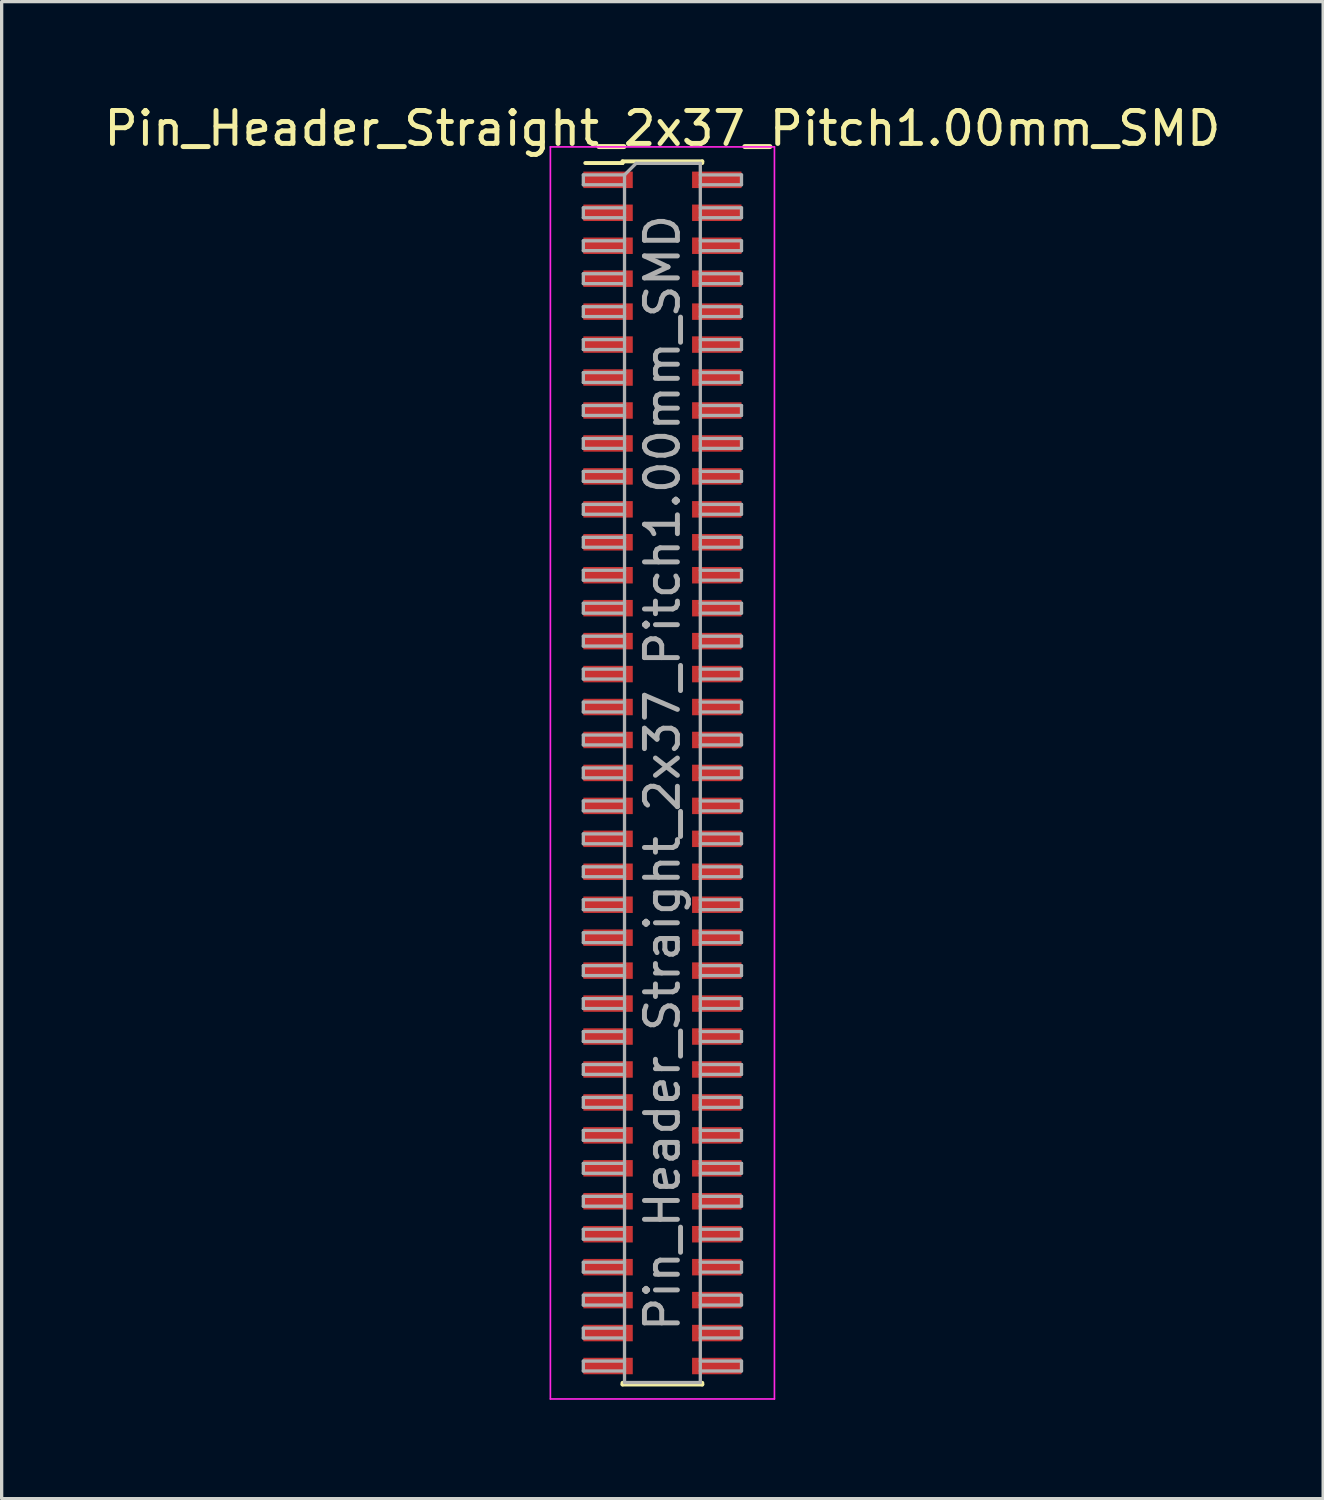
<source format=kicad_pcb>
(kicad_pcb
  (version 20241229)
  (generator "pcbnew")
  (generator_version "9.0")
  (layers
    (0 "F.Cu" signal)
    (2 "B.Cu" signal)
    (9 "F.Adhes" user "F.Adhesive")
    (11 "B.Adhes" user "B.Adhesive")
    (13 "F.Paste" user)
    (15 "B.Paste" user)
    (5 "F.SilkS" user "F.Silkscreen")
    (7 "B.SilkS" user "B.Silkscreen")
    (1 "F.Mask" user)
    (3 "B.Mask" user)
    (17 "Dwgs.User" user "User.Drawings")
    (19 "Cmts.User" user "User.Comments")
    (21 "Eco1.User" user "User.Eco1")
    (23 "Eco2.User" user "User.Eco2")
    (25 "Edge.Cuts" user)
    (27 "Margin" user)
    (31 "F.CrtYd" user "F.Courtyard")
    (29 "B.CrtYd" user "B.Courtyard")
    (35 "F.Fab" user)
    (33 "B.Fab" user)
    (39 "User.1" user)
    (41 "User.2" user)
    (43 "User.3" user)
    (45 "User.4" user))
  (footprint "Pin_Header_Straight_2x37_Pitch1.00mm_SMD"
    (layer "F.Cu")
    (at 17.054 20.408)
    (property "Reference" "Pin_Header_Straight_2x37_Pitch1.00mm_SMD" (at 0 -19.56 0) (layer "F.SilkS") (effects (font (size 1 1) (thickness 0.15))))
    (attr smd)
    (fp_line (start -2.34 -18.51) (end -1.21 -18.51) (stroke (width 0.12) (type solid)) (layer "F.SilkS"))
    (fp_line (start -1.21 -18.56) (end -1.21 -18.51) (stroke (width 0.12) (type solid)) (layer "F.SilkS"))
    (fp_line (start -1.21 -18.56) (end 1.21 -18.56) (stroke (width 0.12) (type solid)) (layer "F.SilkS"))
    (fp_line (start -1.21 18.51) (end -1.21 18.56) (stroke (width 0.12) (type solid)) (layer "F.SilkS"))
    (fp_line (start -1.21 18.56) (end 1.21 18.56) (stroke (width 0.12) (type solid)) (layer "F.SilkS"))
    (fp_line (start 1.21 -18.56) (end 1.21 -18.51) (stroke (width 0.12) (type solid)) (layer "F.SilkS"))
    (fp_line (start 1.21 18.51) (end 1.21 18.56) (stroke (width 0.12) (type solid)) (layer "F.SilkS"))
    (fp_line (start -3.4 -19) (end -3.4 19) (stroke (width 0.05) (type solid)) (layer "F.CrtYd"))
    (fp_line (start -3.4 19) (end 3.4 19) (stroke (width 0.05) (type solid)) (layer "F.CrtYd"))
    (fp_line (start 3.4 -19) (end -3.4 -19) (stroke (width 0.05) (type solid)) (layer "F.CrtYd"))
    (fp_line (start 3.4 19) (end 3.4 -19) (stroke (width 0.05) (type solid)) (layer "F.CrtYd"))
    (fp_line (start -2.4 -18.15) (end -2.4 -17.85) (stroke (width 0.1) (type solid)) (layer "F.Fab"))
    (fp_line (start -2.4 -17.85) (end -1.15 -17.85) (stroke (width 0.1) (type solid)) (layer "F.Fab"))
    (fp_line (start -2.4 -17.15) (end -2.4 -16.85) (stroke (width 0.1) (type solid)) (layer "F.Fab"))
    (fp_line (start -2.4 -16.85) (end -1.15 -16.85) (stroke (width 0.1) (type solid)) (layer "F.Fab"))
    (fp_line (start -2.4 -16.15) (end -2.4 -15.85) (stroke (width 0.1) (type solid)) (layer "F.Fab"))
    (fp_line (start -2.4 -15.85) (end -1.15 -15.85) (stroke (width 0.1) (type solid)) (layer "F.Fab"))
    (fp_line (start -2.4 -15.15) (end -2.4 -14.85) (stroke (width 0.1) (type solid)) (layer "F.Fab"))
    (fp_line (start -2.4 -14.85) (end -1.15 -14.85) (stroke (width 0.1) (type solid)) (layer "F.Fab"))
    (fp_line (start -2.4 -14.15) (end -2.4 -13.85) (stroke (width 0.1) (type solid)) (layer "F.Fab"))
    (fp_line (start -2.4 -13.85) (end -1.15 -13.85) (stroke (width 0.1) (type solid)) (layer "F.Fab"))
    (fp_line (start -2.4 -13.15) (end -2.4 -12.85) (stroke (width 0.1) (type solid)) (layer "F.Fab"))
    (fp_line (start -2.4 -12.85) (end -1.15 -12.85) (stroke (width 0.1) (type solid)) (layer "F.Fab"))
    (fp_line (start -2.4 -12.15) (end -2.4 -11.85) (stroke (width 0.1) (type solid)) (layer "F.Fab"))
    (fp_line (start -2.4 -11.85) (end -1.15 -11.85) (stroke (width 0.1) (type solid)) (layer "F.Fab"))
    (fp_line (start -2.4 -11.15) (end -2.4 -10.85) (stroke (width 0.1) (type solid)) (layer "F.Fab"))
    (fp_line (start -2.4 -10.85) (end -1.15 -10.85) (stroke (width 0.1) (type solid)) (layer "F.Fab"))
    (fp_line (start -2.4 -10.15) (end -2.4 -9.85) (stroke (width 0.1) (type solid)) (layer "F.Fab"))
    (fp_line (start -2.4 -9.85) (end -1.15 -9.85) (stroke (width 0.1) (type solid)) (layer "F.Fab"))
    (fp_line (start -2.4 -9.15) (end -2.4 -8.85) (stroke (width 0.1) (type solid)) (layer "F.Fab"))
    (fp_line (start -2.4 -8.85) (end -1.15 -8.85) (stroke (width 0.1) (type solid)) (layer "F.Fab"))
    (fp_line (start -2.4 -8.15) (end -2.4 -7.85) (stroke (width 0.1) (type solid)) (layer "F.Fab"))
    (fp_line (start -2.4 -7.85) (end -1.15 -7.85) (stroke (width 0.1) (type solid)) (layer "F.Fab"))
    (fp_line (start -2.4 -7.15) (end -2.4 -6.85) (stroke (width 0.1) (type solid)) (layer "F.Fab"))
    (fp_line (start -2.4 -6.85) (end -1.15 -6.85) (stroke (width 0.1) (type solid)) (layer "F.Fab"))
    (fp_line (start -2.4 -6.15) (end -2.4 -5.85) (stroke (width 0.1) (type solid)) (layer "F.Fab"))
    (fp_line (start -2.4 -5.85) (end -1.15 -5.85) (stroke (width 0.1) (type solid)) (layer "F.Fab"))
    (fp_line (start -2.4 -5.15) (end -2.4 -4.85) (stroke (width 0.1) (type solid)) (layer "F.Fab"))
    (fp_line (start -2.4 -4.85) (end -1.15 -4.85) (stroke (width 0.1) (type solid)) (layer "F.Fab"))
    (fp_line (start -2.4 -4.15) (end -2.4 -3.85) (stroke (width 0.1) (type solid)) (layer "F.Fab"))
    (fp_line (start -2.4 -3.85) (end -1.15 -3.85) (stroke (width 0.1) (type solid)) (layer "F.Fab"))
    (fp_line (start -2.4 -3.15) (end -2.4 -2.85) (stroke (width 0.1) (type solid)) (layer "F.Fab"))
    (fp_line (start -2.4 -2.85) (end -1.15 -2.85) (stroke (width 0.1) (type solid)) (layer "F.Fab"))
    (fp_line (start -2.4 -2.15) (end -2.4 -1.85) (stroke (width 0.1) (type solid)) (layer "F.Fab"))
    (fp_line (start -2.4 -1.85) (end -1.15 -1.85) (stroke (width 0.1) (type solid)) (layer "F.Fab"))
    (fp_line (start -2.4 -1.15) (end -2.4 -0.85) (stroke (width 0.1) (type solid)) (layer "F.Fab"))
    (fp_line (start -2.4 -0.85) (end -1.15 -0.85) (stroke (width 0.1) (type solid)) (layer "F.Fab"))
    (fp_line (start -2.4 -0.15) (end -2.4 0.15) (stroke (width 0.1) (type solid)) (layer "F.Fab"))
    (fp_line (start -2.4 0.15) (end -1.15 0.15) (stroke (width 0.1) (type solid)) (layer "F.Fab"))
    (fp_line (start -2.4 0.85) (end -2.4 1.15) (stroke (width 0.1) (type solid)) (layer "F.Fab"))
    (fp_line (start -2.4 1.15) (end -1.15 1.15) (stroke (width 0.1) (type solid)) (layer "F.Fab"))
    (fp_line (start -2.4 1.85) (end -2.4 2.15) (stroke (width 0.1) (type solid)) (layer "F.Fab"))
    (fp_line (start -2.4 2.15) (end -1.15 2.15) (stroke (width 0.1) (type solid)) (layer "F.Fab"))
    (fp_line (start -2.4 2.85) (end -2.4 3.15) (stroke (width 0.1) (type solid)) (layer "F.Fab"))
    (fp_line (start -2.4 3.15) (end -1.15 3.15) (stroke (width 0.1) (type solid)) (layer "F.Fab"))
    (fp_line (start -2.4 3.85) (end -2.4 4.15) (stroke (width 0.1) (type solid)) (layer "F.Fab"))
    (fp_line (start -2.4 4.15) (end -1.15 4.15) (stroke (width 0.1) (type solid)) (layer "F.Fab"))
    (fp_line (start -2.4 4.85) (end -2.4 5.15) (stroke (width 0.1) (type solid)) (layer "F.Fab"))
    (fp_line (start -2.4 5.15) (end -1.15 5.15) (stroke (width 0.1) (type solid)) (layer "F.Fab"))
    (fp_line (start -2.4 5.85) (end -2.4 6.15) (stroke (width 0.1) (type solid)) (layer "F.Fab"))
    (fp_line (start -2.4 6.15) (end -1.15 6.15) (stroke (width 0.1) (type solid)) (layer "F.Fab"))
    (fp_line (start -2.4 6.85) (end -2.4 7.15) (stroke (width 0.1) (type solid)) (layer "F.Fab"))
    (fp_line (start -2.4 7.15) (end -1.15 7.15) (stroke (width 0.1) (type solid)) (layer "F.Fab"))
    (fp_line (start -2.4 7.85) (end -2.4 8.15) (stroke (width 0.1) (type solid)) (layer "F.Fab"))
    (fp_line (start -2.4 8.15) (end -1.15 8.15) (stroke (width 0.1) (type solid)) (layer "F.Fab"))
    (fp_line (start -2.4 8.85) (end -2.4 9.15) (stroke (width 0.1) (type solid)) (layer "F.Fab"))
    (fp_line (start -2.4 9.15) (end -1.15 9.15) (stroke (width 0.1) (type solid)) (layer "F.Fab"))
    (fp_line (start -2.4 9.85) (end -2.4 10.15) (stroke (width 0.1) (type solid)) (layer "F.Fab"))
    (fp_line (start -2.4 10.15) (end -1.15 10.15) (stroke (width 0.1) (type solid)) (layer "F.Fab"))
    (fp_line (start -2.4 10.85) (end -2.4 11.15) (stroke (width 0.1) (type solid)) (layer "F.Fab"))
    (fp_line (start -2.4 11.15) (end -1.15 11.15) (stroke (width 0.1) (type solid)) (layer "F.Fab"))
    (fp_line (start -2.4 11.85) (end -2.4 12.15) (stroke (width 0.1) (type solid)) (layer "F.Fab"))
    (fp_line (start -2.4 12.15) (end -1.15 12.15) (stroke (width 0.1) (type solid)) (layer "F.Fab"))
    (fp_line (start -2.4 12.85) (end -2.4 13.15) (stroke (width 0.1) (type solid)) (layer "F.Fab"))
    (fp_line (start -2.4 13.15) (end -1.15 13.15) (stroke (width 0.1) (type solid)) (layer "F.Fab"))
    (fp_line (start -2.4 13.85) (end -2.4 14.15) (stroke (width 0.1) (type solid)) (layer "F.Fab"))
    (fp_line (start -2.4 14.15) (end -1.15 14.15) (stroke (width 0.1) (type solid)) (layer "F.Fab"))
    (fp_line (start -2.4 14.85) (end -2.4 15.15) (stroke (width 0.1) (type solid)) (layer "F.Fab"))
    (fp_line (start -2.4 15.15) (end -1.15 15.15) (stroke (width 0.1) (type solid)) (layer "F.Fab"))
    (fp_line (start -2.4 15.85) (end -2.4 16.15) (stroke (width 0.1) (type solid)) (layer "F.Fab"))
    (fp_line (start -2.4 16.15) (end -1.15 16.15) (stroke (width 0.1) (type solid)) (layer "F.Fab"))
    (fp_line (start -2.4 16.85) (end -2.4 17.15) (stroke (width 0.1) (type solid)) (layer "F.Fab"))
    (fp_line (start -2.4 17.15) (end -1.15 17.15) (stroke (width 0.1) (type solid)) (layer "F.Fab"))
    (fp_line (start -2.4 17.85) (end -2.4 18.15) (stroke (width 0.1) (type solid)) (layer "F.Fab"))
    (fp_line (start -2.4 18.15) (end -1.15 18.15) (stroke (width 0.1) (type solid)) (layer "F.Fab"))
    (fp_line (start -1.15 -18.15) (end -2.4 -18.15) (stroke (width 0.1) (type solid)) (layer "F.Fab"))
    (fp_line (start -1.15 -18.15) (end -0.8 -18.5) (stroke (width 0.1) (type solid)) (layer "F.Fab"))
    (fp_line (start -1.15 -17.15) (end -2.4 -17.15) (stroke (width 0.1) (type solid)) (layer "F.Fab"))
    (fp_line (start -1.15 -16.15) (end -2.4 -16.15) (stroke (width 0.1) (type solid)) (layer "F.Fab"))
    (fp_line (start -1.15 -15.15) (end -2.4 -15.15) (stroke (width 0.1) (type solid)) (layer "F.Fab"))
    (fp_line (start -1.15 -14.15) (end -2.4 -14.15) (stroke (width 0.1) (type solid)) (layer "F.Fab"))
    (fp_line (start -1.15 -13.15) (end -2.4 -13.15) (stroke (width 0.1) (type solid)) (layer "F.Fab"))
    (fp_line (start -1.15 -12.15) (end -2.4 -12.15) (stroke (width 0.1) (type solid)) (layer "F.Fab"))
    (fp_line (start -1.15 -11.15) (end -2.4 -11.15) (stroke (width 0.1) (type solid)) (layer "F.Fab"))
    (fp_line (start -1.15 -10.15) (end -2.4 -10.15) (stroke (width 0.1) (type solid)) (layer "F.Fab"))
    (fp_line (start -1.15 -9.15) (end -2.4 -9.15) (stroke (width 0.1) (type solid)) (layer "F.Fab"))
    (fp_line (start -1.15 -8.15) (end -2.4 -8.15) (stroke (width 0.1) (type solid)) (layer "F.Fab"))
    (fp_line (start -1.15 -7.15) (end -2.4 -7.15) (stroke (width 0.1) (type solid)) (layer "F.Fab"))
    (fp_line (start -1.15 -6.15) (end -2.4 -6.15) (stroke (width 0.1) (type solid)) (layer "F.Fab"))
    (fp_line (start -1.15 -5.15) (end -2.4 -5.15) (stroke (width 0.1) (type solid)) (layer "F.Fab"))
    (fp_line (start -1.15 -4.15) (end -2.4 -4.15) (stroke (width 0.1) (type solid)) (layer "F.Fab"))
    (fp_line (start -1.15 -3.15) (end -2.4 -3.15) (stroke (width 0.1) (type solid)) (layer "F.Fab"))
    (fp_line (start -1.15 -2.15) (end -2.4 -2.15) (stroke (width 0.1) (type solid)) (layer "F.Fab"))
    (fp_line (start -1.15 -1.15) (end -2.4 -1.15) (stroke (width 0.1) (type solid)) (layer "F.Fab"))
    (fp_line (start -1.15 -0.15) (end -2.4 -0.15) (stroke (width 0.1) (type solid)) (layer "F.Fab"))
    (fp_line (start -1.15 0.85) (end -2.4 0.85) (stroke (width 0.1) (type solid)) (layer "F.Fab"))
    (fp_line (start -1.15 1.85) (end -2.4 1.85) (stroke (width 0.1) (type solid)) (layer "F.Fab"))
    (fp_line (start -1.15 2.85) (end -2.4 2.85) (stroke (width 0.1) (type solid)) (layer "F.Fab"))
    (fp_line (start -1.15 3.85) (end -2.4 3.85) (stroke (width 0.1) (type solid)) (layer "F.Fab"))
    (fp_line (start -1.15 4.85) (end -2.4 4.85) (stroke (width 0.1) (type solid)) (layer "F.Fab"))
    (fp_line (start -1.15 5.85) (end -2.4 5.85) (stroke (width 0.1) (type solid)) (layer "F.Fab"))
    (fp_line (start -1.15 6.85) (end -2.4 6.85) (stroke (width 0.1) (type solid)) (layer "F.Fab"))
    (fp_line (start -1.15 7.85) (end -2.4 7.85) (stroke (width 0.1) (type solid)) (layer "F.Fab"))
    (fp_line (start -1.15 8.85) (end -2.4 8.85) (stroke (width 0.1) (type solid)) (layer "F.Fab"))
    (fp_line (start -1.15 9.85) (end -2.4 9.85) (stroke (width 0.1) (type solid)) (layer "F.Fab"))
    (fp_line (start -1.15 10.85) (end -2.4 10.85) (stroke (width 0.1) (type solid)) (layer "F.Fab"))
    (fp_line (start -1.15 11.85) (end -2.4 11.85) (stroke (width 0.1) (type solid)) (layer "F.Fab"))
    (fp_line (start -1.15 12.85) (end -2.4 12.85) (stroke (width 0.1) (type solid)) (layer "F.Fab"))
    (fp_line (start -1.15 13.85) (end -2.4 13.85) (stroke (width 0.1) (type solid)) (layer "F.Fab"))
    (fp_line (start -1.15 14.85) (end -2.4 14.85) (stroke (width 0.1) (type solid)) (layer "F.Fab"))
    (fp_line (start -1.15 15.85) (end -2.4 15.85) (stroke (width 0.1) (type solid)) (layer "F.Fab"))
    (fp_line (start -1.15 16.85) (end -2.4 16.85) (stroke (width 0.1) (type solid)) (layer "F.Fab"))
    (fp_line (start -1.15 17.85) (end -2.4 17.85) (stroke (width 0.1) (type solid)) (layer "F.Fab"))
    (fp_line (start -1.15 18.5) (end -1.15 -18.15) (stroke (width 0.1) (type solid)) (layer "F.Fab"))
    (fp_line (start -0.8 -18.5) (end 1.15 -18.5) (stroke (width 0.1) (type solid)) (layer "F.Fab"))
    (fp_line (start 1.15 -18.5) (end 1.15 18.5) (stroke (width 0.1) (type solid)) (layer "F.Fab"))
    (fp_line (start 1.15 -18.15) (end 2.4 -18.15) (stroke (width 0.1) (type solid)) (layer "F.Fab"))
    (fp_line (start 1.15 -17.15) (end 2.4 -17.15) (stroke (width 0.1) (type solid)) (layer "F.Fab"))
    (fp_line (start 1.15 -16.15) (end 2.4 -16.15) (stroke (width 0.1) (type solid)) (layer "F.Fab"))
    (fp_line (start 1.15 -15.15) (end 2.4 -15.15) (stroke (width 0.1) (type solid)) (layer "F.Fab"))
    (fp_line (start 1.15 -14.15) (end 2.4 -14.15) (stroke (width 0.1) (type solid)) (layer "F.Fab"))
    (fp_line (start 1.15 -13.15) (end 2.4 -13.15) (stroke (width 0.1) (type solid)) (layer "F.Fab"))
    (fp_line (start 1.15 -12.15) (end 2.4 -12.15) (stroke (width 0.1) (type solid)) (layer "F.Fab"))
    (fp_line (start 1.15 -11.15) (end 2.4 -11.15) (stroke (width 0.1) (type solid)) (layer "F.Fab"))
    (fp_line (start 1.15 -10.15) (end 2.4 -10.15) (stroke (width 0.1) (type solid)) (layer "F.Fab"))
    (fp_line (start 1.15 -9.15) (end 2.4 -9.15) (stroke (width 0.1) (type solid)) (layer "F.Fab"))
    (fp_line (start 1.15 -8.15) (end 2.4 -8.15) (stroke (width 0.1) (type solid)) (layer "F.Fab"))
    (fp_line (start 1.15 -7.15) (end 2.4 -7.15) (stroke (width 0.1) (type solid)) (layer "F.Fab"))
    (fp_line (start 1.15 -6.15) (end 2.4 -6.15) (stroke (width 0.1) (type solid)) (layer "F.Fab"))
    (fp_line (start 1.15 -5.15) (end 2.4 -5.15) (stroke (width 0.1) (type solid)) (layer "F.Fab"))
    (fp_line (start 1.15 -4.15) (end 2.4 -4.15) (stroke (width 0.1) (type solid)) (layer "F.Fab"))
    (fp_line (start 1.15 -3.15) (end 2.4 -3.15) (stroke (width 0.1) (type solid)) (layer "F.Fab"))
    (fp_line (start 1.15 -2.15) (end 2.4 -2.15) (stroke (width 0.1) (type solid)) (layer "F.Fab"))
    (fp_line (start 1.15 -1.15) (end 2.4 -1.15) (stroke (width 0.1) (type solid)) (layer "F.Fab"))
    (fp_line (start 1.15 -0.15) (end 2.4 -0.15) (stroke (width 0.1) (type solid)) (layer "F.Fab"))
    (fp_line (start 1.15 0.85) (end 2.4 0.85) (stroke (width 0.1) (type solid)) (layer "F.Fab"))
    (fp_line (start 1.15 1.85) (end 2.4 1.85) (stroke (width 0.1) (type solid)) (layer "F.Fab"))
    (fp_line (start 1.15 2.85) (end 2.4 2.85) (stroke (width 0.1) (type solid)) (layer "F.Fab"))
    (fp_line (start 1.15 3.85) (end 2.4 3.85) (stroke (width 0.1) (type solid)) (layer "F.Fab"))
    (fp_line (start 1.15 4.85) (end 2.4 4.85) (stroke (width 0.1) (type solid)) (layer "F.Fab"))
    (fp_line (start 1.15 5.85) (end 2.4 5.85) (stroke (width 0.1) (type solid)) (layer "F.Fab"))
    (fp_line (start 1.15 6.85) (end 2.4 6.85) (stroke (width 0.1) (type solid)) (layer "F.Fab"))
    (fp_line (start 1.15 7.85) (end 2.4 7.85) (stroke (width 0.1) (type solid)) (layer "F.Fab"))
    (fp_line (start 1.15 8.85) (end 2.4 8.85) (stroke (width 0.1) (type solid)) (layer "F.Fab"))
    (fp_line (start 1.15 9.85) (end 2.4 9.85) (stroke (width 0.1) (type solid)) (layer "F.Fab"))
    (fp_line (start 1.15 10.85) (end 2.4 10.85) (stroke (width 0.1) (type solid)) (layer "F.Fab"))
    (fp_line (start 1.15 11.85) (end 2.4 11.85) (stroke (width 0.1) (type solid)) (layer "F.Fab"))
    (fp_line (start 1.15 12.85) (end 2.4 12.85) (stroke (width 0.1) (type solid)) (layer "F.Fab"))
    (fp_line (start 1.15 13.85) (end 2.4 13.85) (stroke (width 0.1) (type solid)) (layer "F.Fab"))
    (fp_line (start 1.15 14.85) (end 2.4 14.85) (stroke (width 0.1) (type solid)) (layer "F.Fab"))
    (fp_line (start 1.15 15.85) (end 2.4 15.85) (stroke (width 0.1) (type solid)) (layer "F.Fab"))
    (fp_line (start 1.15 16.85) (end 2.4 16.85) (stroke (width 0.1) (type solid)) (layer "F.Fab"))
    (fp_line (start 1.15 17.85) (end 2.4 17.85) (stroke (width 0.1) (type solid)) (layer "F.Fab"))
    (fp_line (start 1.15 18.5) (end -1.15 18.5) (stroke (width 0.1) (type solid)) (layer "F.Fab"))
    (fp_line (start 2.4 -18.15) (end 2.4 -17.85) (stroke (width 0.1) (type solid)) (layer "F.Fab"))
    (fp_line (start 2.4 -17.85) (end 1.15 -17.85) (stroke (width 0.1) (type solid)) (layer "F.Fab"))
    (fp_line (start 2.4 -17.15) (end 2.4 -16.85) (stroke (width 0.1) (type solid)) (layer "F.Fab"))
    (fp_line (start 2.4 -16.85) (end 1.15 -16.85) (stroke (width 0.1) (type solid)) (layer "F.Fab"))
    (fp_line (start 2.4 -16.15) (end 2.4 -15.85) (stroke (width 0.1) (type solid)) (layer "F.Fab"))
    (fp_line (start 2.4 -15.85) (end 1.15 -15.85) (stroke (width 0.1) (type solid)) (layer "F.Fab"))
    (fp_line (start 2.4 -15.15) (end 2.4 -14.85) (stroke (width 0.1) (type solid)) (layer "F.Fab"))
    (fp_line (start 2.4 -14.85) (end 1.15 -14.85) (stroke (width 0.1) (type solid)) (layer "F.Fab"))
    (fp_line (start 2.4 -14.15) (end 2.4 -13.85) (stroke (width 0.1) (type solid)) (layer "F.Fab"))
    (fp_line (start 2.4 -13.85) (end 1.15 -13.85) (stroke (width 0.1) (type solid)) (layer "F.Fab"))
    (fp_line (start 2.4 -13.15) (end 2.4 -12.85) (stroke (width 0.1) (type solid)) (layer "F.Fab"))
    (fp_line (start 2.4 -12.85) (end 1.15 -12.85) (stroke (width 0.1) (type solid)) (layer "F.Fab"))
    (fp_line (start 2.4 -12.15) (end 2.4 -11.85) (stroke (width 0.1) (type solid)) (layer "F.Fab"))
    (fp_line (start 2.4 -11.85) (end 1.15 -11.85) (stroke (width 0.1) (type solid)) (layer "F.Fab"))
    (fp_line (start 2.4 -11.15) (end 2.4 -10.85) (stroke (width 0.1) (type solid)) (layer "F.Fab"))
    (fp_line (start 2.4 -10.85) (end 1.15 -10.85) (stroke (width 0.1) (type solid)) (layer "F.Fab"))
    (fp_line (start 2.4 -10.15) (end 2.4 -9.85) (stroke (width 0.1) (type solid)) (layer "F.Fab"))
    (fp_line (start 2.4 -9.85) (end 1.15 -9.85) (stroke (width 0.1) (type solid)) (layer "F.Fab"))
    (fp_line (start 2.4 -9.15) (end 2.4 -8.85) (stroke (width 0.1) (type solid)) (layer "F.Fab"))
    (fp_line (start 2.4 -8.85) (end 1.15 -8.85) (stroke (width 0.1) (type solid)) (layer "F.Fab"))
    (fp_line (start 2.4 -8.15) (end 2.4 -7.85) (stroke (width 0.1) (type solid)) (layer "F.Fab"))
    (fp_line (start 2.4 -7.85) (end 1.15 -7.85) (stroke (width 0.1) (type solid)) (layer "F.Fab"))
    (fp_line (start 2.4 -7.15) (end 2.4 -6.85) (stroke (width 0.1) (type solid)) (layer "F.Fab"))
    (fp_line (start 2.4 -6.85) (end 1.15 -6.85) (stroke (width 0.1) (type solid)) (layer "F.Fab"))
    (fp_line (start 2.4 -6.15) (end 2.4 -5.85) (stroke (width 0.1) (type solid)) (layer "F.Fab"))
    (fp_line (start 2.4 -5.85) (end 1.15 -5.85) (stroke (width 0.1) (type solid)) (layer "F.Fab"))
    (fp_line (start 2.4 -5.15) (end 2.4 -4.85) (stroke (width 0.1) (type solid)) (layer "F.Fab"))
    (fp_line (start 2.4 -4.85) (end 1.15 -4.85) (stroke (width 0.1) (type solid)) (layer "F.Fab"))
    (fp_line (start 2.4 -4.15) (end 2.4 -3.85) (stroke (width 0.1) (type solid)) (layer "F.Fab"))
    (fp_line (start 2.4 -3.85) (end 1.15 -3.85) (stroke (width 0.1) (type solid)) (layer "F.Fab"))
    (fp_line (start 2.4 -3.15) (end 2.4 -2.85) (stroke (width 0.1) (type solid)) (layer "F.Fab"))
    (fp_line (start 2.4 -2.85) (end 1.15 -2.85) (stroke (width 0.1) (type solid)) (layer "F.Fab"))
    (fp_line (start 2.4 -2.15) (end 2.4 -1.85) (stroke (width 0.1) (type solid)) (layer "F.Fab"))
    (fp_line (start 2.4 -1.85) (end 1.15 -1.85) (stroke (width 0.1) (type solid)) (layer "F.Fab"))
    (fp_line (start 2.4 -1.15) (end 2.4 -0.85) (stroke (width 0.1) (type solid)) (layer "F.Fab"))
    (fp_line (start 2.4 -0.85) (end 1.15 -0.85) (stroke (width 0.1) (type solid)) (layer "F.Fab"))
    (fp_line (start 2.4 -0.15) (end 2.4 0.15) (stroke (width 0.1) (type solid)) (layer "F.Fab"))
    (fp_line (start 2.4 0.15) (end 1.15 0.15) (stroke (width 0.1) (type solid)) (layer "F.Fab"))
    (fp_line (start 2.4 0.85) (end 2.4 1.15) (stroke (width 0.1) (type solid)) (layer "F.Fab"))
    (fp_line (start 2.4 1.15) (end 1.15 1.15) (stroke (width 0.1) (type solid)) (layer "F.Fab"))
    (fp_line (start 2.4 1.85) (end 2.4 2.15) (stroke (width 0.1) (type solid)) (layer "F.Fab"))
    (fp_line (start 2.4 2.15) (end 1.15 2.15) (stroke (width 0.1) (type solid)) (layer "F.Fab"))
    (fp_line (start 2.4 2.85) (end 2.4 3.15) (stroke (width 0.1) (type solid)) (layer "F.Fab"))
    (fp_line (start 2.4 3.15) (end 1.15 3.15) (stroke (width 0.1) (type solid)) (layer "F.Fab"))
    (fp_line (start 2.4 3.85) (end 2.4 4.15) (stroke (width 0.1) (type solid)) (layer "F.Fab"))
    (fp_line (start 2.4 4.15) (end 1.15 4.15) (stroke (width 0.1) (type solid)) (layer "F.Fab"))
    (fp_line (start 2.4 4.85) (end 2.4 5.15) (stroke (width 0.1) (type solid)) (layer "F.Fab"))
    (fp_line (start 2.4 5.15) (end 1.15 5.15) (stroke (width 0.1) (type solid)) (layer "F.Fab"))
    (fp_line (start 2.4 5.85) (end 2.4 6.15) (stroke (width 0.1) (type solid)) (layer "F.Fab"))
    (fp_line (start 2.4 6.15) (end 1.15 6.15) (stroke (width 0.1) (type solid)) (layer "F.Fab"))
    (fp_line (start 2.4 6.85) (end 2.4 7.15) (stroke (width 0.1) (type solid)) (layer "F.Fab"))
    (fp_line (start 2.4 7.15) (end 1.15 7.15) (stroke (width 0.1) (type solid)) (layer "F.Fab"))
    (fp_line (start 2.4 7.85) (end 2.4 8.15) (stroke (width 0.1) (type solid)) (layer "F.Fab"))
    (fp_line (start 2.4 8.15) (end 1.15 8.15) (stroke (width 0.1) (type solid)) (layer "F.Fab"))
    (fp_line (start 2.4 8.85) (end 2.4 9.15) (stroke (width 0.1) (type solid)) (layer "F.Fab"))
    (fp_line (start 2.4 9.15) (end 1.15 9.15) (stroke (width 0.1) (type solid)) (layer "F.Fab"))
    (fp_line (start 2.4 9.85) (end 2.4 10.15) (stroke (width 0.1) (type solid)) (layer "F.Fab"))
    (fp_line (start 2.4 10.15) (end 1.15 10.15) (stroke (width 0.1) (type solid)) (layer "F.Fab"))
    (fp_line (start 2.4 10.85) (end 2.4 11.15) (stroke (width 0.1) (type solid)) (layer "F.Fab"))
    (fp_line (start 2.4 11.15) (end 1.15 11.15) (stroke (width 0.1) (type solid)) (layer "F.Fab"))
    (fp_line (start 2.4 11.85) (end 2.4 12.15) (stroke (width 0.1) (type solid)) (layer "F.Fab"))
    (fp_line (start 2.4 12.15) (end 1.15 12.15) (stroke (width 0.1) (type solid)) (layer "F.Fab"))
    (fp_line (start 2.4 12.85) (end 2.4 13.15) (stroke (width 0.1) (type solid)) (layer "F.Fab"))
    (fp_line (start 2.4 13.15) (end 1.15 13.15) (stroke (width 0.1) (type solid)) (layer "F.Fab"))
    (fp_line (start 2.4 13.85) (end 2.4 14.15) (stroke (width 0.1) (type solid)) (layer "F.Fab"))
    (fp_line (start 2.4 14.15) (end 1.15 14.15) (stroke (width 0.1) (type solid)) (layer "F.Fab"))
    (fp_line (start 2.4 14.85) (end 2.4 15.15) (stroke (width 0.1) (type solid)) (layer "F.Fab"))
    (fp_line (start 2.4 15.15) (end 1.15 15.15) (stroke (width 0.1) (type solid)) (layer "F.Fab"))
    (fp_line (start 2.4 15.85) (end 2.4 16.15) (stroke (width 0.1) (type solid)) (layer "F.Fab"))
    (fp_line (start 2.4 16.15) (end 1.15 16.15) (stroke (width 0.1) (type solid)) (layer "F.Fab"))
    (fp_line (start 2.4 16.85) (end 2.4 17.15) (stroke (width 0.1) (type solid)) (layer "F.Fab"))
    (fp_line (start 2.4 17.15) (end 1.15 17.15) (stroke (width 0.1) (type solid)) (layer "F.Fab"))
    (fp_line (start 2.4 17.85) (end 2.4 18.15) (stroke (width 0.1) (type solid)) (layer "F.Fab"))
    (fp_line (start 2.4 18.15) (end 1.15 18.15) (stroke (width 0.1) (type solid)) (layer "F.Fab"))
    (fp_text user "${REFERENCE}" (at 0 0 90) (layer "F.Fab") (effects (font (size 1 1) (thickness 0.15))))
    (pad "1" smd rect (at -1.65 -18) (size 1.5 0.5) (layers "F.Cu" "F.Mask" "F.Paste"))
    (pad "2" smd rect (at 1.65 -18) (size 1.5 0.5) (layers "F.Cu" "F.Mask" "F.Paste"))
    (pad "3" smd rect (at -1.65 -17) (size 1.5 0.5) (layers "F.Cu" "F.Mask" "F.Paste"))
    (pad "4" smd rect (at 1.65 -17) (size 1.5 0.5) (layers "F.Cu" "F.Mask" "F.Paste"))
    (pad "5" smd rect (at -1.65 -16) (size 1.5 0.5) (layers "F.Cu" "F.Mask" "F.Paste"))
    (pad "6" smd rect (at 1.65 -16) (size 1.5 0.5) (layers "F.Cu" "F.Mask" "F.Paste"))
    (pad "7" smd rect (at -1.65 -15) (size 1.5 0.5) (layers "F.Cu" "F.Mask" "F.Paste"))
    (pad "8" smd rect (at 1.65 -15) (size 1.5 0.5) (layers "F.Cu" "F.Mask" "F.Paste"))
    (pad "9" smd rect (at -1.65 -14) (size 1.5 0.5) (layers "F.Cu" "F.Mask" "F.Paste"))
    (pad "10" smd rect (at 1.65 -14) (size 1.5 0.5) (layers "F.Cu" "F.Mask" "F.Paste"))
    (pad "11" smd rect (at -1.65 -13) (size 1.5 0.5) (layers "F.Cu" "F.Mask" "F.Paste"))
    (pad "12" smd rect (at 1.65 -13) (size 1.5 0.5) (layers "F.Cu" "F.Mask" "F.Paste"))
    (pad "13" smd rect (at -1.65 -12) (size 1.5 0.5) (layers "F.Cu" "F.Mask" "F.Paste"))
    (pad "14" smd rect (at 1.65 -12) (size 1.5 0.5) (layers "F.Cu" "F.Mask" "F.Paste"))
    (pad "15" smd rect (at -1.65 -11) (size 1.5 0.5) (layers "F.Cu" "F.Mask" "F.Paste"))
    (pad "16" smd rect (at 1.65 -11) (size 1.5 0.5) (layers "F.Cu" "F.Mask" "F.Paste"))
    (pad "17" smd rect (at -1.65 -10) (size 1.5 0.5) (layers "F.Cu" "F.Mask" "F.Paste"))
    (pad "18" smd rect (at 1.65 -10) (size 1.5 0.5) (layers "F.Cu" "F.Mask" "F.Paste"))
    (pad "19" smd rect (at -1.65 -9) (size 1.5 0.5) (layers "F.Cu" "F.Mask" "F.Paste"))
    (pad "20" smd rect (at 1.65 -9) (size 1.5 0.5) (layers "F.Cu" "F.Mask" "F.Paste"))
    (pad "21" smd rect (at -1.65 -8) (size 1.5 0.5) (layers "F.Cu" "F.Mask" "F.Paste"))
    (pad "22" smd rect (at 1.65 -8) (size 1.5 0.5) (layers "F.Cu" "F.Mask" "F.Paste"))
    (pad "23" smd rect (at -1.65 -7) (size 1.5 0.5) (layers "F.Cu" "F.Mask" "F.Paste"))
    (pad "24" smd rect (at 1.65 -7) (size 1.5 0.5) (layers "F.Cu" "F.Mask" "F.Paste"))
    (pad "25" smd rect (at -1.65 -6) (size 1.5 0.5) (layers "F.Cu" "F.Mask" "F.Paste"))
    (pad "26" smd rect (at 1.65 -6) (size 1.5 0.5) (layers "F.Cu" "F.Mask" "F.Paste"))
    (pad "27" smd rect (at -1.65 -5) (size 1.5 0.5) (layers "F.Cu" "F.Mask" "F.Paste"))
    (pad "28" smd rect (at 1.65 -5) (size 1.5 0.5) (layers "F.Cu" "F.Mask" "F.Paste"))
    (pad "29" smd rect (at -1.65 -4) (size 1.5 0.5) (layers "F.Cu" "F.Mask" "F.Paste"))
    (pad "30" smd rect (at 1.65 -4) (size 1.5 0.5) (layers "F.Cu" "F.Mask" "F.Paste"))
    (pad "31" smd rect (at -1.65 -3) (size 1.5 0.5) (layers "F.Cu" "F.Mask" "F.Paste"))
    (pad "32" smd rect (at 1.65 -3) (size 1.5 0.5) (layers "F.Cu" "F.Mask" "F.Paste"))
    (pad "33" smd rect (at -1.65 -2) (size 1.5 0.5) (layers "F.Cu" "F.Mask" "F.Paste"))
    (pad "34" smd rect (at 1.65 -2) (size 1.5 0.5) (layers "F.Cu" "F.Mask" "F.Paste"))
    (pad "35" smd rect (at -1.65 -1) (size 1.5 0.5) (layers "F.Cu" "F.Mask" "F.Paste"))
    (pad "36" smd rect (at 1.65 -1) (size 1.5 0.5) (layers "F.Cu" "F.Mask" "F.Paste"))
    (pad "37" smd rect (at -1.65 0) (size 1.5 0.5) (layers "F.Cu" "F.Mask" "F.Paste"))
    (pad "38" smd rect (at 1.65 0) (size 1.5 0.5) (layers "F.Cu" "F.Mask" "F.Paste"))
    (pad "39" smd rect (at -1.65 1) (size 1.5 0.5) (layers "F.Cu" "F.Mask" "F.Paste"))
    (pad "40" smd rect (at 1.65 1) (size 1.5 0.5) (layers "F.Cu" "F.Mask" "F.Paste"))
    (pad "41" smd rect (at -1.65 2) (size 1.5 0.5) (layers "F.Cu" "F.Mask" "F.Paste"))
    (pad "42" smd rect (at 1.65 2) (size 1.5 0.5) (layers "F.Cu" "F.Mask" "F.Paste"))
    (pad "43" smd rect (at -1.65 3) (size 1.5 0.5) (layers "F.Cu" "F.Mask" "F.Paste"))
    (pad "44" smd rect (at 1.65 3) (size 1.5 0.5) (layers "F.Cu" "F.Mask" "F.Paste"))
    (pad "45" smd rect (at -1.65 4) (size 1.5 0.5) (layers "F.Cu" "F.Mask" "F.Paste"))
    (pad "46" smd rect (at 1.65 4) (size 1.5 0.5) (layers "F.Cu" "F.Mask" "F.Paste"))
    (pad "47" smd rect (at -1.65 5) (size 1.5 0.5) (layers "F.Cu" "F.Mask" "F.Paste"))
    (pad "48" smd rect (at 1.65 5) (size 1.5 0.5) (layers "F.Cu" "F.Mask" "F.Paste"))
    (pad "49" smd rect (at -1.65 6) (size 1.5 0.5) (layers "F.Cu" "F.Mask" "F.Paste"))
    (pad "50" smd rect (at 1.65 6) (size 1.5 0.5) (layers "F.Cu" "F.Mask" "F.Paste"))
    (pad "51" smd rect (at -1.65 7) (size 1.5 0.5) (layers "F.Cu" "F.Mask" "F.Paste"))
    (pad "52" smd rect (at 1.65 7) (size 1.5 0.5) (layers "F.Cu" "F.Mask" "F.Paste"))
    (pad "53" smd rect (at -1.65 8) (size 1.5 0.5) (layers "F.Cu" "F.Mask" "F.Paste"))
    (pad "54" smd rect (at 1.65 8) (size 1.5 0.5) (layers "F.Cu" "F.Mask" "F.Paste"))
    (pad "55" smd rect (at -1.65 9) (size 1.5 0.5) (layers "F.Cu" "F.Mask" "F.Paste"))
    (pad "56" smd rect (at 1.65 9) (size 1.5 0.5) (layers "F.Cu" "F.Mask" "F.Paste"))
    (pad "57" smd rect (at -1.65 10) (size 1.5 0.5) (layers "F.Cu" "F.Mask" "F.Paste"))
    (pad "58" smd rect (at 1.65 10) (size 1.5 0.5) (layers "F.Cu" "F.Mask" "F.Paste"))
    (pad "59" smd rect (at -1.65 11) (size 1.5 0.5) (layers "F.Cu" "F.Mask" "F.Paste"))
    (pad "60" smd rect (at 1.65 11) (size 1.5 0.5) (layers "F.Cu" "F.Mask" "F.Paste"))
    (pad "61" smd rect (at -1.65 12) (size 1.5 0.5) (layers "F.Cu" "F.Mask" "F.Paste"))
    (pad "62" smd rect (at 1.65 12) (size 1.5 0.5) (layers "F.Cu" "F.Mask" "F.Paste"))
    (pad "63" smd rect (at -1.65 13) (size 1.5 0.5) (layers "F.Cu" "F.Mask" "F.Paste"))
    (pad "64" smd rect (at 1.65 13) (size 1.5 0.5) (layers "F.Cu" "F.Mask" "F.Paste"))
    (pad "65" smd rect (at -1.65 14) (size 1.5 0.5) (layers "F.Cu" "F.Mask" "F.Paste"))
    (pad "66" smd rect (at 1.65 14) (size 1.5 0.5) (layers "F.Cu" "F.Mask" "F.Paste"))
    (pad "67" smd rect (at -1.65 15) (size 1.5 0.5) (layers "F.Cu" "F.Mask" "F.Paste"))
    (pad "68" smd rect (at 1.65 15) (size 1.5 0.5) (layers "F.Cu" "F.Mask" "F.Paste"))
    (pad "69" smd rect (at -1.65 16) (size 1.5 0.5) (layers "F.Cu" "F.Mask" "F.Paste"))
    (pad "70" smd rect (at 1.65 16) (size 1.5 0.5) (layers "F.Cu" "F.Mask" "F.Paste"))
    (pad "71" smd rect (at -1.65 17) (size 1.5 0.5) (layers "F.Cu" "F.Mask" "F.Paste"))
    (pad "72" smd rect (at 1.65 17) (size 1.5 0.5) (layers "F.Cu" "F.Mask" "F.Paste"))
    (pad "73" smd rect (at -1.65 18) (size 1.5 0.5) (layers "F.Cu" "F.Mask" "F.Paste"))
    (pad "74" smd rect (at 1.65 18) (size 1.5 0.5) (layers "F.Cu" "F.Mask" "F.Paste")))
  (gr_rect
    (start -3 -3)
    (end 37.107 42.433)
    (stroke (width 0.1) (type default))
    (fill no)
    (layer "Edge.Cuts")))
</source>
